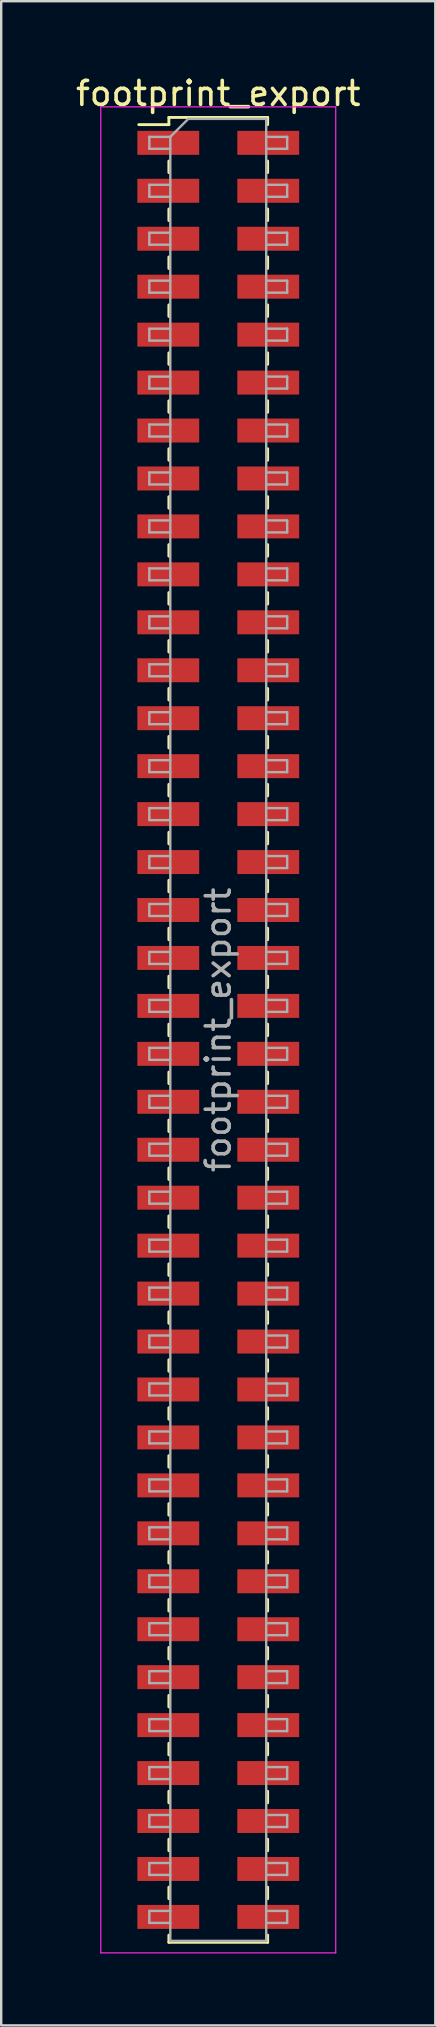
<source format=kicad_pcb>
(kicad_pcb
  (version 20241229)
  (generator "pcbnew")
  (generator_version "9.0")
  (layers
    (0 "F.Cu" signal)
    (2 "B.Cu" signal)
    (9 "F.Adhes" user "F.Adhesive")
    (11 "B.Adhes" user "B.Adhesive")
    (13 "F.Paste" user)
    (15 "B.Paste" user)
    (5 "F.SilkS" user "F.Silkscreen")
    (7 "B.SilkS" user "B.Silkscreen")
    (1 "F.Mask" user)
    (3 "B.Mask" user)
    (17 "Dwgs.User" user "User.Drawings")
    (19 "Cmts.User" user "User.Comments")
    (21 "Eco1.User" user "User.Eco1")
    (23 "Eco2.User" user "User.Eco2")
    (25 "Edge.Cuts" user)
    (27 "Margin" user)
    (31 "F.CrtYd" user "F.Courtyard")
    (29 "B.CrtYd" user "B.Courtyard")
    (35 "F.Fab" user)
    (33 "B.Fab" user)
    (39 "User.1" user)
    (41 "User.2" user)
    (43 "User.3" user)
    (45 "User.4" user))
  (footprint "footprint_export"
    (layer "F.Cu")
    (at 6.054 39.908)
    (property "Reference" "footprint_export" (at 0 -39.06 0) (layer "F.SilkS") (effects (font (size 1 1) (thickness 0.15))))
    (attr smd)
    (fp_line (start -3.315 -37.76) (end -2.06 -37.76) (stroke (width 0.12) (type solid)) (layer "F.SilkS"))
    (fp_line (start -2.06 -38.06) (end -2.06 -37.76) (stroke (width 0.12) (type solid)) (layer "F.SilkS"))
    (fp_line (start -2.06 -38.06) (end 2.06 -38.06) (stroke (width 0.12) (type solid)) (layer "F.SilkS"))
    (fp_line (start -2.06 -36.24) (end -2.06 -35.76) (stroke (width 0.12) (type solid)) (layer "F.SilkS"))
    (fp_line (start -2.06 -34.24) (end -2.06 -33.76) (stroke (width 0.12) (type solid)) (layer "F.SilkS"))
    (fp_line (start -2.06 -32.24) (end -2.06 -31.76) (stroke (width 0.12) (type solid)) (layer "F.SilkS"))
    (fp_line (start -2.06 -30.24) (end -2.06 -29.76) (stroke (width 0.12) (type solid)) (layer "F.SilkS"))
    (fp_line (start -2.06 -28.24) (end -2.06 -27.76) (stroke (width 0.12) (type solid)) (layer "F.SilkS"))
    (fp_line (start -2.06 -26.24) (end -2.06 -25.76) (stroke (width 0.12) (type solid)) (layer "F.SilkS"))
    (fp_line (start -2.06 -24.24) (end -2.06 -23.76) (stroke (width 0.12) (type solid)) (layer "F.SilkS"))
    (fp_line (start -2.06 -22.24) (end -2.06 -21.76) (stroke (width 0.12) (type solid)) (layer "F.SilkS"))
    (fp_line (start -2.06 -20.24) (end -2.06 -19.76) (stroke (width 0.12) (type solid)) (layer "F.SilkS"))
    (fp_line (start -2.06 -18.24) (end -2.06 -17.76) (stroke (width 0.12) (type solid)) (layer "F.SilkS"))
    (fp_line (start -2.06 -16.24) (end -2.06 -15.76) (stroke (width 0.12) (type solid)) (layer "F.SilkS"))
    (fp_line (start -2.06 -14.24) (end -2.06 -13.76) (stroke (width 0.12) (type solid)) (layer "F.SilkS"))
    (fp_line (start -2.06 -12.24) (end -2.06 -11.76) (stroke (width 0.12) (type solid)) (layer "F.SilkS"))
    (fp_line (start -2.06 -10.24) (end -2.06 -9.76) (stroke (width 0.12) (type solid)) (layer "F.SilkS"))
    (fp_line (start -2.06 -8.24) (end -2.06 -7.76) (stroke (width 0.12) (type solid)) (layer "F.SilkS"))
    (fp_line (start -2.06 -6.24) (end -2.06 -5.76) (stroke (width 0.12) (type solid)) (layer "F.SilkS"))
    (fp_line (start -2.06 -4.24) (end -2.06 -3.76) (stroke (width 0.12) (type solid)) (layer "F.SilkS"))
    (fp_line (start -2.06 -2.24) (end -2.06 -1.76) (stroke (width 0.12) (type solid)) (layer "F.SilkS"))
    (fp_line (start -2.06 -0.24) (end -2.06 0.24) (stroke (width 0.12) (type solid)) (layer "F.SilkS"))
    (fp_line (start -2.06 1.76) (end -2.06 2.24) (stroke (width 0.12) (type solid)) (layer "F.SilkS"))
    (fp_line (start -2.06 3.76) (end -2.06 4.24) (stroke (width 0.12) (type solid)) (layer "F.SilkS"))
    (fp_line (start -2.06 5.76) (end -2.06 6.24) (stroke (width 0.12) (type solid)) (layer "F.SilkS"))
    (fp_line (start -2.06 7.76) (end -2.06 8.24) (stroke (width 0.12) (type solid)) (layer "F.SilkS"))
    (fp_line (start -2.06 9.76) (end -2.06 10.24) (stroke (width 0.12) (type solid)) (layer "F.SilkS"))
    (fp_line (start -2.06 11.76) (end -2.06 12.24) (stroke (width 0.12) (type solid)) (layer "F.SilkS"))
    (fp_line (start -2.06 13.76) (end -2.06 14.24) (stroke (width 0.12) (type solid)) (layer "F.SilkS"))
    (fp_line (start -2.06 15.76) (end -2.06 16.24) (stroke (width 0.12) (type solid)) (layer "F.SilkS"))
    (fp_line (start -2.06 17.76) (end -2.06 18.24) (stroke (width 0.12) (type solid)) (layer "F.SilkS"))
    (fp_line (start -2.06 19.76) (end -2.06 20.24) (stroke (width 0.12) (type solid)) (layer "F.SilkS"))
    (fp_line (start -2.06 21.76) (end -2.06 22.24) (stroke (width 0.12) (type solid)) (layer "F.SilkS"))
    (fp_line (start -2.06 23.76) (end -2.06 24.24) (stroke (width 0.12) (type solid)) (layer "F.SilkS"))
    (fp_line (start -2.06 25.76) (end -2.06 26.24) (stroke (width 0.12) (type solid)) (layer "F.SilkS"))
    (fp_line (start -2.06 27.76) (end -2.06 28.24) (stroke (width 0.12) (type solid)) (layer "F.SilkS"))
    (fp_line (start -2.06 29.76) (end -2.06 30.24) (stroke (width 0.12) (type solid)) (layer "F.SilkS"))
    (fp_line (start -2.06 31.76) (end -2.06 32.24) (stroke (width 0.12) (type solid)) (layer "F.SilkS"))
    (fp_line (start -2.06 33.76) (end -2.06 34.24) (stroke (width 0.12) (type solid)) (layer "F.SilkS"))
    (fp_line (start -2.06 35.76) (end -2.06 36.24) (stroke (width 0.12) (type solid)) (layer "F.SilkS"))
    (fp_line (start -2.06 37.76) (end -2.06 38.06) (stroke (width 0.12) (type solid)) (layer "F.SilkS"))
    (fp_line (start -2.06 38.06) (end 2.06 38.06) (stroke (width 0.12) (type solid)) (layer "F.SilkS"))
    (fp_line (start 2.06 -38.06) (end 2.06 -37.76) (stroke (width 0.12) (type solid)) (layer "F.SilkS"))
    (fp_line (start 2.06 -36.24) (end 2.06 -35.76) (stroke (width 0.12) (type solid)) (layer "F.SilkS"))
    (fp_line (start 2.06 -34.24) (end 2.06 -33.76) (stroke (width 0.12) (type solid)) (layer "F.SilkS"))
    (fp_line (start 2.06 -32.24) (end 2.06 -31.76) (stroke (width 0.12) (type solid)) (layer "F.SilkS"))
    (fp_line (start 2.06 -30.24) (end 2.06 -29.76) (stroke (width 0.12) (type solid)) (layer "F.SilkS"))
    (fp_line (start 2.06 -28.24) (end 2.06 -27.76) (stroke (width 0.12) (type solid)) (layer "F.SilkS"))
    (fp_line (start 2.06 -26.24) (end 2.06 -25.76) (stroke (width 0.12) (type solid)) (layer "F.SilkS"))
    (fp_line (start 2.06 -24.24) (end 2.06 -23.76) (stroke (width 0.12) (type solid)) (layer "F.SilkS"))
    (fp_line (start 2.06 -22.24) (end 2.06 -21.76) (stroke (width 0.12) (type solid)) (layer "F.SilkS"))
    (fp_line (start 2.06 -20.24) (end 2.06 -19.76) (stroke (width 0.12) (type solid)) (layer "F.SilkS"))
    (fp_line (start 2.06 -18.24) (end 2.06 -17.76) (stroke (width 0.12) (type solid)) (layer "F.SilkS"))
    (fp_line (start 2.06 -16.24) (end 2.06 -15.76) (stroke (width 0.12) (type solid)) (layer "F.SilkS"))
    (fp_line (start 2.06 -14.24) (end 2.06 -13.76) (stroke (width 0.12) (type solid)) (layer "F.SilkS"))
    (fp_line (start 2.06 -12.24) (end 2.06 -11.76) (stroke (width 0.12) (type solid)) (layer "F.SilkS"))
    (fp_line (start 2.06 -10.24) (end 2.06 -9.76) (stroke (width 0.12) (type solid)) (layer "F.SilkS"))
    (fp_line (start 2.06 -8.24) (end 2.06 -7.76) (stroke (width 0.12) (type solid)) (layer "F.SilkS"))
    (fp_line (start 2.06 -6.24) (end 2.06 -5.76) (stroke (width 0.12) (type solid)) (layer "F.SilkS"))
    (fp_line (start 2.06 -4.24) (end 2.06 -3.76) (stroke (width 0.12) (type solid)) (layer "F.SilkS"))
    (fp_line (start 2.06 -2.24) (end 2.06 -1.76) (stroke (width 0.12) (type solid)) (layer "F.SilkS"))
    (fp_line (start 2.06 -0.24) (end 2.06 0.24) (stroke (width 0.12) (type solid)) (layer "F.SilkS"))
    (fp_line (start 2.06 1.76) (end 2.06 2.24) (stroke (width 0.12) (type solid)) (layer "F.SilkS"))
    (fp_line (start 2.06 3.76) (end 2.06 4.24) (stroke (width 0.12) (type solid)) (layer "F.SilkS"))
    (fp_line (start 2.06 5.76) (end 2.06 6.24) (stroke (width 0.12) (type solid)) (layer "F.SilkS"))
    (fp_line (start 2.06 7.76) (end 2.06 8.24) (stroke (width 0.12) (type solid)) (layer "F.SilkS"))
    (fp_line (start 2.06 9.76) (end 2.06 10.24) (stroke (width 0.12) (type solid)) (layer "F.SilkS"))
    (fp_line (start 2.06 11.76) (end 2.06 12.24) (stroke (width 0.12) (type solid)) (layer "F.SilkS"))
    (fp_line (start 2.06 13.76) (end 2.06 14.24) (stroke (width 0.12) (type solid)) (layer "F.SilkS"))
    (fp_line (start 2.06 15.76) (end 2.06 16.24) (stroke (width 0.12) (type solid)) (layer "F.SilkS"))
    (fp_line (start 2.06 17.76) (end 2.06 18.24) (stroke (width 0.12) (type solid)) (layer "F.SilkS"))
    (fp_line (start 2.06 19.76) (end 2.06 20.24) (stroke (width 0.12) (type solid)) (layer "F.SilkS"))
    (fp_line (start 2.06 21.76) (end 2.06 22.24) (stroke (width 0.12) (type solid)) (layer "F.SilkS"))
    (fp_line (start 2.06 23.76) (end 2.06 24.24) (stroke (width 0.12) (type solid)) (layer "F.SilkS"))
    (fp_line (start 2.06 25.76) (end 2.06 26.24) (stroke (width 0.12) (type solid)) (layer "F.SilkS"))
    (fp_line (start 2.06 27.76) (end 2.06 28.24) (stroke (width 0.12) (type solid)) (layer "F.SilkS"))
    (fp_line (start 2.06 29.76) (end 2.06 30.24) (stroke (width 0.12) (type solid)) (layer "F.SilkS"))
    (fp_line (start 2.06 31.76) (end 2.06 32.24) (stroke (width 0.12) (type solid)) (layer "F.SilkS"))
    (fp_line (start 2.06 33.76) (end 2.06 34.24) (stroke (width 0.12) (type solid)) (layer "F.SilkS"))
    (fp_line (start 2.06 35.76) (end 2.06 36.24) (stroke (width 0.12) (type solid)) (layer "F.SilkS"))
    (fp_line (start 2.06 37.76) (end 2.06 38.06) (stroke (width 0.12) (type solid)) (layer "F.SilkS"))
    (fp_line (start -4.9 -38.5) (end -4.9 38.5) (stroke (width 0.05) (type solid)) (layer "F.CrtYd"))
    (fp_line (start -4.9 38.5) (end 4.9 38.5) (stroke (width 0.05) (type solid)) (layer "F.CrtYd"))
    (fp_line (start 4.9 -38.5) (end -4.9 -38.5) (stroke (width 0.05) (type solid)) (layer "F.CrtYd"))
    (fp_line (start 4.9 38.5) (end 4.9 -38.5) (stroke (width 0.05) (type solid)) (layer "F.CrtYd"))
    (fp_line (start -2.875 -37.25) (end -2.875 -36.75) (stroke (width 0.1) (type solid)) (layer "F.Fab"))
    (fp_line (start -2.875 -36.75) (end -2 -36.75) (stroke (width 0.1) (type solid)) (layer "F.Fab"))
    (fp_line (start -2.875 -35.25) (end -2.875 -34.75) (stroke (width 0.1) (type solid)) (layer "F.Fab"))
    (fp_line (start -2.875 -34.75) (end -2 -34.75) (stroke (width 0.1) (type solid)) (layer "F.Fab"))
    (fp_line (start -2.875 -33.25) (end -2.875 -32.75) (stroke (width 0.1) (type solid)) (layer "F.Fab"))
    (fp_line (start -2.875 -32.75) (end -2 -32.75) (stroke (width 0.1) (type solid)) (layer "F.Fab"))
    (fp_line (start -2.875 -31.25) (end -2.875 -30.75) (stroke (width 0.1) (type solid)) (layer "F.Fab"))
    (fp_line (start -2.875 -30.75) (end -2 -30.75) (stroke (width 0.1) (type solid)) (layer "F.Fab"))
    (fp_line (start -2.875 -29.25) (end -2.875 -28.75) (stroke (width 0.1) (type solid)) (layer "F.Fab"))
    (fp_line (start -2.875 -28.75) (end -2 -28.75) (stroke (width 0.1) (type solid)) (layer "F.Fab"))
    (fp_line (start -2.875 -27.25) (end -2.875 -26.75) (stroke (width 0.1) (type solid)) (layer "F.Fab"))
    (fp_line (start -2.875 -26.75) (end -2 -26.75) (stroke (width 0.1) (type solid)) (layer "F.Fab"))
    (fp_line (start -2.875 -25.25) (end -2.875 -24.75) (stroke (width 0.1) (type solid)) (layer "F.Fab"))
    (fp_line (start -2.875 -24.75) (end -2 -24.75) (stroke (width 0.1) (type solid)) (layer "F.Fab"))
    (fp_line (start -2.875 -23.25) (end -2.875 -22.75) (stroke (width 0.1) (type solid)) (layer "F.Fab"))
    (fp_line (start -2.875 -22.75) (end -2 -22.75) (stroke (width 0.1) (type solid)) (layer "F.Fab"))
    (fp_line (start -2.875 -21.25) (end -2.875 -20.75) (stroke (width 0.1) (type solid)) (layer "F.Fab"))
    (fp_line (start -2.875 -20.75) (end -2 -20.75) (stroke (width 0.1) (type solid)) (layer "F.Fab"))
    (fp_line (start -2.875 -19.25) (end -2.875 -18.75) (stroke (width 0.1) (type solid)) (layer "F.Fab"))
    (fp_line (start -2.875 -18.75) (end -2 -18.75) (stroke (width 0.1) (type solid)) (layer "F.Fab"))
    (fp_line (start -2.875 -17.25) (end -2.875 -16.75) (stroke (width 0.1) (type solid)) (layer "F.Fab"))
    (fp_line (start -2.875 -16.75) (end -2 -16.75) (stroke (width 0.1) (type solid)) (layer "F.Fab"))
    (fp_line (start -2.875 -15.25) (end -2.875 -14.75) (stroke (width 0.1) (type solid)) (layer "F.Fab"))
    (fp_line (start -2.875 -14.75) (end -2 -14.75) (stroke (width 0.1) (type solid)) (layer "F.Fab"))
    (fp_line (start -2.875 -13.25) (end -2.875 -12.75) (stroke (width 0.1) (type solid)) (layer "F.Fab"))
    (fp_line (start -2.875 -12.75) (end -2 -12.75) (stroke (width 0.1) (type solid)) (layer "F.Fab"))
    (fp_line (start -2.875 -11.25) (end -2.875 -10.75) (stroke (width 0.1) (type solid)) (layer "F.Fab"))
    (fp_line (start -2.875 -10.75) (end -2 -10.75) (stroke (width 0.1) (type solid)) (layer "F.Fab"))
    (fp_line (start -2.875 -9.25) (end -2.875 -8.75) (stroke (width 0.1) (type solid)) (layer "F.Fab"))
    (fp_line (start -2.875 -8.75) (end -2 -8.75) (stroke (width 0.1) (type solid)) (layer "F.Fab"))
    (fp_line (start -2.875 -7.25) (end -2.875 -6.75) (stroke (width 0.1) (type solid)) (layer "F.Fab"))
    (fp_line (start -2.875 -6.75) (end -2 -6.75) (stroke (width 0.1) (type solid)) (layer "F.Fab"))
    (fp_line (start -2.875 -5.25) (end -2.875 -4.75) (stroke (width 0.1) (type solid)) (layer "F.Fab"))
    (fp_line (start -2.875 -4.75) (end -2 -4.75) (stroke (width 0.1) (type solid)) (layer "F.Fab"))
    (fp_line (start -2.875 -3.25) (end -2.875 -2.75) (stroke (width 0.1) (type solid)) (layer "F.Fab"))
    (fp_line (start -2.875 -2.75) (end -2 -2.75) (stroke (width 0.1) (type solid)) (layer "F.Fab"))
    (fp_line (start -2.875 -1.25) (end -2.875 -0.75) (stroke (width 0.1) (type solid)) (layer "F.Fab"))
    (fp_line (start -2.875 -0.75) (end -2 -0.75) (stroke (width 0.1) (type solid)) (layer "F.Fab"))
    (fp_line (start -2.875 0.75) (end -2.875 1.25) (stroke (width 0.1) (type solid)) (layer "F.Fab"))
    (fp_line (start -2.875 1.25) (end -2 1.25) (stroke (width 0.1) (type solid)) (layer "F.Fab"))
    (fp_line (start -2.875 2.75) (end -2.875 3.25) (stroke (width 0.1) (type solid)) (layer "F.Fab"))
    (fp_line (start -2.875 3.25) (end -2 3.25) (stroke (width 0.1) (type solid)) (layer "F.Fab"))
    (fp_line (start -2.875 4.75) (end -2.875 5.25) (stroke (width 0.1) (type solid)) (layer "F.Fab"))
    (fp_line (start -2.875 5.25) (end -2 5.25) (stroke (width 0.1) (type solid)) (layer "F.Fab"))
    (fp_line (start -2.875 6.75) (end -2.875 7.25) (stroke (width 0.1) (type solid)) (layer "F.Fab"))
    (fp_line (start -2.875 7.25) (end -2 7.25) (stroke (width 0.1) (type solid)) (layer "F.Fab"))
    (fp_line (start -2.875 8.75) (end -2.875 9.25) (stroke (width 0.1) (type solid)) (layer "F.Fab"))
    (fp_line (start -2.875 9.25) (end -2 9.25) (stroke (width 0.1) (type solid)) (layer "F.Fab"))
    (fp_line (start -2.875 10.75) (end -2.875 11.25) (stroke (width 0.1) (type solid)) (layer "F.Fab"))
    (fp_line (start -2.875 11.25) (end -2 11.25) (stroke (width 0.1) (type solid)) (layer "F.Fab"))
    (fp_line (start -2.875 12.75) (end -2.875 13.25) (stroke (width 0.1) (type solid)) (layer "F.Fab"))
    (fp_line (start -2.875 13.25) (end -2 13.25) (stroke (width 0.1) (type solid)) (layer "F.Fab"))
    (fp_line (start -2.875 14.75) (end -2.875 15.25) (stroke (width 0.1) (type solid)) (layer "F.Fab"))
    (fp_line (start -2.875 15.25) (end -2 15.25) (stroke (width 0.1) (type solid)) (layer "F.Fab"))
    (fp_line (start -2.875 16.75) (end -2.875 17.25) (stroke (width 0.1) (type solid)) (layer "F.Fab"))
    (fp_line (start -2.875 17.25) (end -2 17.25) (stroke (width 0.1) (type solid)) (layer "F.Fab"))
    (fp_line (start -2.875 18.75) (end -2.875 19.25) (stroke (width 0.1) (type solid)) (layer "F.Fab"))
    (fp_line (start -2.875 19.25) (end -2 19.25) (stroke (width 0.1) (type solid)) (layer "F.Fab"))
    (fp_line (start -2.875 20.75) (end -2.875 21.25) (stroke (width 0.1) (type solid)) (layer "F.Fab"))
    (fp_line (start -2.875 21.25) (end -2 21.25) (stroke (width 0.1) (type solid)) (layer "F.Fab"))
    (fp_line (start -2.875 22.75) (end -2.875 23.25) (stroke (width 0.1) (type solid)) (layer "F.Fab"))
    (fp_line (start -2.875 23.25) (end -2 23.25) (stroke (width 0.1) (type solid)) (layer "F.Fab"))
    (fp_line (start -2.875 24.75) (end -2.875 25.25) (stroke (width 0.1) (type solid)) (layer "F.Fab"))
    (fp_line (start -2.875 25.25) (end -2 25.25) (stroke (width 0.1) (type solid)) (layer "F.Fab"))
    (fp_line (start -2.875 26.75) (end -2.875 27.25) (stroke (width 0.1) (type solid)) (layer "F.Fab"))
    (fp_line (start -2.875 27.25) (end -2 27.25) (stroke (width 0.1) (type solid)) (layer "F.Fab"))
    (fp_line (start -2.875 28.75) (end -2.875 29.25) (stroke (width 0.1) (type solid)) (layer "F.Fab"))
    (fp_line (start -2.875 29.25) (end -2 29.25) (stroke (width 0.1) (type solid)) (layer "F.Fab"))
    (fp_line (start -2.875 30.75) (end -2.875 31.25) (stroke (width 0.1) (type solid)) (layer "F.Fab"))
    (fp_line (start -2.875 31.25) (end -2 31.25) (stroke (width 0.1) (type solid)) (layer "F.Fab"))
    (fp_line (start -2.875 32.75) (end -2.875 33.25) (stroke (width 0.1) (type solid)) (layer "F.Fab"))
    (fp_line (start -2.875 33.25) (end -2 33.25) (stroke (width 0.1) (type solid)) (layer "F.Fab"))
    (fp_line (start -2.875 34.75) (end -2.875 35.25) (stroke (width 0.1) (type solid)) (layer "F.Fab"))
    (fp_line (start -2.875 35.25) (end -2 35.25) (stroke (width 0.1) (type solid)) (layer "F.Fab"))
    (fp_line (start -2.875 36.75) (end -2.875 37.25) (stroke (width 0.1) (type solid)) (layer "F.Fab"))
    (fp_line (start -2.875 37.25) (end -2 37.25) (stroke (width 0.1) (type solid)) (layer "F.Fab"))
    (fp_line (start -2 -37.25) (end -2.875 -37.25) (stroke (width 0.1) (type solid)) (layer "F.Fab"))
    (fp_line (start -2 -37.25) (end -1.25 -38) (stroke (width 0.1) (type solid)) (layer "F.Fab"))
    (fp_line (start -2 -35.25) (end -2.875 -35.25) (stroke (width 0.1) (type solid)) (layer "F.Fab"))
    (fp_line (start -2 -33.25) (end -2.875 -33.25) (stroke (width 0.1) (type solid)) (layer "F.Fab"))
    (fp_line (start -2 -31.25) (end -2.875 -31.25) (stroke (width 0.1) (type solid)) (layer "F.Fab"))
    (fp_line (start -2 -29.25) (end -2.875 -29.25) (stroke (width 0.1) (type solid)) (layer "F.Fab"))
    (fp_line (start -2 -27.25) (end -2.875 -27.25) (stroke (width 0.1) (type solid)) (layer "F.Fab"))
    (fp_line (start -2 -25.25) (end -2.875 -25.25) (stroke (width 0.1) (type solid)) (layer "F.Fab"))
    (fp_line (start -2 -23.25) (end -2.875 -23.25) (stroke (width 0.1) (type solid)) (layer "F.Fab"))
    (fp_line (start -2 -21.25) (end -2.875 -21.25) (stroke (width 0.1) (type solid)) (layer "F.Fab"))
    (fp_line (start -2 -19.25) (end -2.875 -19.25) (stroke (width 0.1) (type solid)) (layer "F.Fab"))
    (fp_line (start -2 -17.25) (end -2.875 -17.25) (stroke (width 0.1) (type solid)) (layer "F.Fab"))
    (fp_line (start -2 -15.25) (end -2.875 -15.25) (stroke (width 0.1) (type solid)) (layer "F.Fab"))
    (fp_line (start -2 -13.25) (end -2.875 -13.25) (stroke (width 0.1) (type solid)) (layer "F.Fab"))
    (fp_line (start -2 -11.25) (end -2.875 -11.25) (stroke (width 0.1) (type solid)) (layer "F.Fab"))
    (fp_line (start -2 -9.25) (end -2.875 -9.25) (stroke (width 0.1) (type solid)) (layer "F.Fab"))
    (fp_line (start -2 -7.25) (end -2.875 -7.25) (stroke (width 0.1) (type solid)) (layer "F.Fab"))
    (fp_line (start -2 -5.25) (end -2.875 -5.25) (stroke (width 0.1) (type solid)) (layer "F.Fab"))
    (fp_line (start -2 -3.25) (end -2.875 -3.25) (stroke (width 0.1) (type solid)) (layer "F.Fab"))
    (fp_line (start -2 -1.25) (end -2.875 -1.25) (stroke (width 0.1) (type solid)) (layer "F.Fab"))
    (fp_line (start -2 0.75) (end -2.875 0.75) (stroke (width 0.1) (type solid)) (layer "F.Fab"))
    (fp_line (start -2 2.75) (end -2.875 2.75) (stroke (width 0.1) (type solid)) (layer "F.Fab"))
    (fp_line (start -2 4.75) (end -2.875 4.75) (stroke (width 0.1) (type solid)) (layer "F.Fab"))
    (fp_line (start -2 6.75) (end -2.875 6.75) (stroke (width 0.1) (type solid)) (layer "F.Fab"))
    (fp_line (start -2 8.75) (end -2.875 8.75) (stroke (width 0.1) (type solid)) (layer "F.Fab"))
    (fp_line (start -2 10.75) (end -2.875 10.75) (stroke (width 0.1) (type solid)) (layer "F.Fab"))
    (fp_line (start -2 12.75) (end -2.875 12.75) (stroke (width 0.1) (type solid)) (layer "F.Fab"))
    (fp_line (start -2 14.75) (end -2.875 14.75) (stroke (width 0.1) (type solid)) (layer "F.Fab"))
    (fp_line (start -2 16.75) (end -2.875 16.75) (stroke (width 0.1) (type solid)) (layer "F.Fab"))
    (fp_line (start -2 18.75) (end -2.875 18.75) (stroke (width 0.1) (type solid)) (layer "F.Fab"))
    (fp_line (start -2 20.75) (end -2.875 20.75) (stroke (width 0.1) (type solid)) (layer "F.Fab"))
    (fp_line (start -2 22.75) (end -2.875 22.75) (stroke (width 0.1) (type solid)) (layer "F.Fab"))
    (fp_line (start -2 24.75) (end -2.875 24.75) (stroke (width 0.1) (type solid)) (layer "F.Fab"))
    (fp_line (start -2 26.75) (end -2.875 26.75) (stroke (width 0.1) (type solid)) (layer "F.Fab"))
    (fp_line (start -2 28.75) (end -2.875 28.75) (stroke (width 0.1) (type solid)) (layer "F.Fab"))
    (fp_line (start -2 30.75) (end -2.875 30.75) (stroke (width 0.1) (type solid)) (layer "F.Fab"))
    (fp_line (start -2 32.75) (end -2.875 32.75) (stroke (width 0.1) (type solid)) (layer "F.Fab"))
    (fp_line (start -2 34.75) (end -2.875 34.75) (stroke (width 0.1) (type solid)) (layer "F.Fab"))
    (fp_line (start -2 36.75) (end -2.875 36.75) (stroke (width 0.1) (type solid)) (layer "F.Fab"))
    (fp_line (start -2 38) (end -2 -37.25) (stroke (width 0.1) (type solid)) (layer "F.Fab"))
    (fp_line (start -1.25 -38) (end 2 -38) (stroke (width 0.1) (type solid)) (layer "F.Fab"))
    (fp_line (start 2 -38) (end 2 38) (stroke (width 0.1) (type solid)) (layer "F.Fab"))
    (fp_line (start 2 -37.25) (end 2.875 -37.25) (stroke (width 0.1) (type solid)) (layer "F.Fab"))
    (fp_line (start 2 -35.25) (end 2.875 -35.25) (stroke (width 0.1) (type solid)) (layer "F.Fab"))
    (fp_line (start 2 -33.25) (end 2.875 -33.25) (stroke (width 0.1) (type solid)) (layer "F.Fab"))
    (fp_line (start 2 -31.25) (end 2.875 -31.25) (stroke (width 0.1) (type solid)) (layer "F.Fab"))
    (fp_line (start 2 -29.25) (end 2.875 -29.25) (stroke (width 0.1) (type solid)) (layer "F.Fab"))
    (fp_line (start 2 -27.25) (end 2.875 -27.25) (stroke (width 0.1) (type solid)) (layer "F.Fab"))
    (fp_line (start 2 -25.25) (end 2.875 -25.25) (stroke (width 0.1) (type solid)) (layer "F.Fab"))
    (fp_line (start 2 -23.25) (end 2.875 -23.25) (stroke (width 0.1) (type solid)) (layer "F.Fab"))
    (fp_line (start 2 -21.25) (end 2.875 -21.25) (stroke (width 0.1) (type solid)) (layer "F.Fab"))
    (fp_line (start 2 -19.25) (end 2.875 -19.25) (stroke (width 0.1) (type solid)) (layer "F.Fab"))
    (fp_line (start 2 -17.25) (end 2.875 -17.25) (stroke (width 0.1) (type solid)) (layer "F.Fab"))
    (fp_line (start 2 -15.25) (end 2.875 -15.25) (stroke (width 0.1) (type solid)) (layer "F.Fab"))
    (fp_line (start 2 -13.25) (end 2.875 -13.25) (stroke (width 0.1) (type solid)) (layer "F.Fab"))
    (fp_line (start 2 -11.25) (end 2.875 -11.25) (stroke (width 0.1) (type solid)) (layer "F.Fab"))
    (fp_line (start 2 -9.25) (end 2.875 -9.25) (stroke (width 0.1) (type solid)) (layer "F.Fab"))
    (fp_line (start 2 -7.25) (end 2.875 -7.25) (stroke (width 0.1) (type solid)) (layer "F.Fab"))
    (fp_line (start 2 -5.25) (end 2.875 -5.25) (stroke (width 0.1) (type solid)) (layer "F.Fab"))
    (fp_line (start 2 -3.25) (end 2.875 -3.25) (stroke (width 0.1) (type solid)) (layer "F.Fab"))
    (fp_line (start 2 -1.25) (end 2.875 -1.25) (stroke (width 0.1) (type solid)) (layer "F.Fab"))
    (fp_line (start 2 0.75) (end 2.875 0.75) (stroke (width 0.1) (type solid)) (layer "F.Fab"))
    (fp_line (start 2 2.75) (end 2.875 2.75) (stroke (width 0.1) (type solid)) (layer "F.Fab"))
    (fp_line (start 2 4.75) (end 2.875 4.75) (stroke (width 0.1) (type solid)) (layer "F.Fab"))
    (fp_line (start 2 6.75) (end 2.875 6.75) (stroke (width 0.1) (type solid)) (layer "F.Fab"))
    (fp_line (start 2 8.75) (end 2.875 8.75) (stroke (width 0.1) (type solid)) (layer "F.Fab"))
    (fp_line (start 2 10.75) (end 2.875 10.75) (stroke (width 0.1) (type solid)) (layer "F.Fab"))
    (fp_line (start 2 12.75) (end 2.875 12.75) (stroke (width 0.1) (type solid)) (layer "F.Fab"))
    (fp_line (start 2 14.75) (end 2.875 14.75) (stroke (width 0.1) (type solid)) (layer "F.Fab"))
    (fp_line (start 2 16.75) (end 2.875 16.75) (stroke (width 0.1) (type solid)) (layer "F.Fab"))
    (fp_line (start 2 18.75) (end 2.875 18.75) (stroke (width 0.1) (type solid)) (layer "F.Fab"))
    (fp_line (start 2 20.75) (end 2.875 20.75) (stroke (width 0.1) (type solid)) (layer "F.Fab"))
    (fp_line (start 2 22.75) (end 2.875 22.75) (stroke (width 0.1) (type solid)) (layer "F.Fab"))
    (fp_line (start 2 24.75) (end 2.875 24.75) (stroke (width 0.1) (type solid)) (layer "F.Fab"))
    (fp_line (start 2 26.75) (end 2.875 26.75) (stroke (width 0.1) (type solid)) (layer "F.Fab"))
    (fp_line (start 2 28.75) (end 2.875 28.75) (stroke (width 0.1) (type solid)) (layer "F.Fab"))
    (fp_line (start 2 30.75) (end 2.875 30.75) (stroke (width 0.1) (type solid)) (layer "F.Fab"))
    (fp_line (start 2 32.75) (end 2.875 32.75) (stroke (width 0.1) (type solid)) (layer "F.Fab"))
    (fp_line (start 2 34.75) (end 2.875 34.75) (stroke (width 0.1) (type solid)) (layer "F.Fab"))
    (fp_line (start 2 36.75) (end 2.875 36.75) (stroke (width 0.1) (type solid)) (layer "F.Fab"))
    (fp_line (start 2 38) (end -2 38) (stroke (width 0.1) (type solid)) (layer "F.Fab"))
    (fp_line (start 2.875 -37.25) (end 2.875 -36.75) (stroke (width 0.1) (type solid)) (layer "F.Fab"))
    (fp_line (start 2.875 -36.75) (end 2 -36.75) (stroke (width 0.1) (type solid)) (layer "F.Fab"))
    (fp_line (start 2.875 -35.25) (end 2.875 -34.75) (stroke (width 0.1) (type solid)) (layer "F.Fab"))
    (fp_line (start 2.875 -34.75) (end 2 -34.75) (stroke (width 0.1) (type solid)) (layer "F.Fab"))
    (fp_line (start 2.875 -33.25) (end 2.875 -32.75) (stroke (width 0.1) (type solid)) (layer "F.Fab"))
    (fp_line (start 2.875 -32.75) (end 2 -32.75) (stroke (width 0.1) (type solid)) (layer "F.Fab"))
    (fp_line (start 2.875 -31.25) (end 2.875 -30.75) (stroke (width 0.1) (type solid)) (layer "F.Fab"))
    (fp_line (start 2.875 -30.75) (end 2 -30.75) (stroke (width 0.1) (type solid)) (layer "F.Fab"))
    (fp_line (start 2.875 -29.25) (end 2.875 -28.75) (stroke (width 0.1) (type solid)) (layer "F.Fab"))
    (fp_line (start 2.875 -28.75) (end 2 -28.75) (stroke (width 0.1) (type solid)) (layer "F.Fab"))
    (fp_line (start 2.875 -27.25) (end 2.875 -26.75) (stroke (width 0.1) (type solid)) (layer "F.Fab"))
    (fp_line (start 2.875 -26.75) (end 2 -26.75) (stroke (width 0.1) (type solid)) (layer "F.Fab"))
    (fp_line (start 2.875 -25.25) (end 2.875 -24.75) (stroke (width 0.1) (type solid)) (layer "F.Fab"))
    (fp_line (start 2.875 -24.75) (end 2 -24.75) (stroke (width 0.1) (type solid)) (layer "F.Fab"))
    (fp_line (start 2.875 -23.25) (end 2.875 -22.75) (stroke (width 0.1) (type solid)) (layer "F.Fab"))
    (fp_line (start 2.875 -22.75) (end 2 -22.75) (stroke (width 0.1) (type solid)) (layer "F.Fab"))
    (fp_line (start 2.875 -21.25) (end 2.875 -20.75) (stroke (width 0.1) (type solid)) (layer "F.Fab"))
    (fp_line (start 2.875 -20.75) (end 2 -20.75) (stroke (width 0.1) (type solid)) (layer "F.Fab"))
    (fp_line (start 2.875 -19.25) (end 2.875 -18.75) (stroke (width 0.1) (type solid)) (layer "F.Fab"))
    (fp_line (start 2.875 -18.75) (end 2 -18.75) (stroke (width 0.1) (type solid)) (layer "F.Fab"))
    (fp_line (start 2.875 -17.25) (end 2.875 -16.75) (stroke (width 0.1) (type solid)) (layer "F.Fab"))
    (fp_line (start 2.875 -16.75) (end 2 -16.75) (stroke (width 0.1) (type solid)) (layer "F.Fab"))
    (fp_line (start 2.875 -15.25) (end 2.875 -14.75) (stroke (width 0.1) (type solid)) (layer "F.Fab"))
    (fp_line (start 2.875 -14.75) (end 2 -14.75) (stroke (width 0.1) (type solid)) (layer "F.Fab"))
    (fp_line (start 2.875 -13.25) (end 2.875 -12.75) (stroke (width 0.1) (type solid)) (layer "F.Fab"))
    (fp_line (start 2.875 -12.75) (end 2 -12.75) (stroke (width 0.1) (type solid)) (layer "F.Fab"))
    (fp_line (start 2.875 -11.25) (end 2.875 -10.75) (stroke (width 0.1) (type solid)) (layer "F.Fab"))
    (fp_line (start 2.875 -10.75) (end 2 -10.75) (stroke (width 0.1) (type solid)) (layer "F.Fab"))
    (fp_line (start 2.875 -9.25) (end 2.875 -8.75) (stroke (width 0.1) (type solid)) (layer "F.Fab"))
    (fp_line (start 2.875 -8.75) (end 2 -8.75) (stroke (width 0.1) (type solid)) (layer "F.Fab"))
    (fp_line (start 2.875 -7.25) (end 2.875 -6.75) (stroke (width 0.1) (type solid)) (layer "F.Fab"))
    (fp_line (start 2.875 -6.75) (end 2 -6.75) (stroke (width 0.1) (type solid)) (layer "F.Fab"))
    (fp_line (start 2.875 -5.25) (end 2.875 -4.75) (stroke (width 0.1) (type solid)) (layer "F.Fab"))
    (fp_line (start 2.875 -4.75) (end 2 -4.75) (stroke (width 0.1) (type solid)) (layer "F.Fab"))
    (fp_line (start 2.875 -3.25) (end 2.875 -2.75) (stroke (width 0.1) (type solid)) (layer "F.Fab"))
    (fp_line (start 2.875 -2.75) (end 2 -2.75) (stroke (width 0.1) (type solid)) (layer "F.Fab"))
    (fp_line (start 2.875 -1.25) (end 2.875 -0.75) (stroke (width 0.1) (type solid)) (layer "F.Fab"))
    (fp_line (start 2.875 -0.75) (end 2 -0.75) (stroke (width 0.1) (type solid)) (layer "F.Fab"))
    (fp_line (start 2.875 0.75) (end 2.875 1.25) (stroke (width 0.1) (type solid)) (layer "F.Fab"))
    (fp_line (start 2.875 1.25) (end 2 1.25) (stroke (width 0.1) (type solid)) (layer "F.Fab"))
    (fp_line (start 2.875 2.75) (end 2.875 3.25) (stroke (width 0.1) (type solid)) (layer "F.Fab"))
    (fp_line (start 2.875 3.25) (end 2 3.25) (stroke (width 0.1) (type solid)) (layer "F.Fab"))
    (fp_line (start 2.875 4.75) (end 2.875 5.25) (stroke (width 0.1) (type solid)) (layer "F.Fab"))
    (fp_line (start 2.875 5.25) (end 2 5.25) (stroke (width 0.1) (type solid)) (layer "F.Fab"))
    (fp_line (start 2.875 6.75) (end 2.875 7.25) (stroke (width 0.1) (type solid)) (layer "F.Fab"))
    (fp_line (start 2.875 7.25) (end 2 7.25) (stroke (width 0.1) (type solid)) (layer "F.Fab"))
    (fp_line (start 2.875 8.75) (end 2.875 9.25) (stroke (width 0.1) (type solid)) (layer "F.Fab"))
    (fp_line (start 2.875 9.25) (end 2 9.25) (stroke (width 0.1) (type solid)) (layer "F.Fab"))
    (fp_line (start 2.875 10.75) (end 2.875 11.25) (stroke (width 0.1) (type solid)) (layer "F.Fab"))
    (fp_line (start 2.875 11.25) (end 2 11.25) (stroke (width 0.1) (type solid)) (layer "F.Fab"))
    (fp_line (start 2.875 12.75) (end 2.875 13.25) (stroke (width 0.1) (type solid)) (layer "F.Fab"))
    (fp_line (start 2.875 13.25) (end 2 13.25) (stroke (width 0.1) (type solid)) (layer "F.Fab"))
    (fp_line (start 2.875 14.75) (end 2.875 15.25) (stroke (width 0.1) (type solid)) (layer "F.Fab"))
    (fp_line (start 2.875 15.25) (end 2 15.25) (stroke (width 0.1) (type solid)) (layer "F.Fab"))
    (fp_line (start 2.875 16.75) (end 2.875 17.25) (stroke (width 0.1) (type solid)) (layer "F.Fab"))
    (fp_line (start 2.875 17.25) (end 2 17.25) (stroke (width 0.1) (type solid)) (layer "F.Fab"))
    (fp_line (start 2.875 18.75) (end 2.875 19.25) (stroke (width 0.1) (type solid)) (layer "F.Fab"))
    (fp_line (start 2.875 19.25) (end 2 19.25) (stroke (width 0.1) (type solid)) (layer "F.Fab"))
    (fp_line (start 2.875 20.75) (end 2.875 21.25) (stroke (width 0.1) (type solid)) (layer "F.Fab"))
    (fp_line (start 2.875 21.25) (end 2 21.25) (stroke (width 0.1) (type solid)) (layer "F.Fab"))
    (fp_line (start 2.875 22.75) (end 2.875 23.25) (stroke (width 0.1) (type solid)) (layer "F.Fab"))
    (fp_line (start 2.875 23.25) (end 2 23.25) (stroke (width 0.1) (type solid)) (layer "F.Fab"))
    (fp_line (start 2.875 24.75) (end 2.875 25.25) (stroke (width 0.1) (type solid)) (layer "F.Fab"))
    (fp_line (start 2.875 25.25) (end 2 25.25) (stroke (width 0.1) (type solid)) (layer "F.Fab"))
    (fp_line (start 2.875 26.75) (end 2.875 27.25) (stroke (width 0.1) (type solid)) (layer "F.Fab"))
    (fp_line (start 2.875 27.25) (end 2 27.25) (stroke (width 0.1) (type solid)) (layer "F.Fab"))
    (fp_line (start 2.875 28.75) (end 2.875 29.25) (stroke (width 0.1) (type solid)) (layer "F.Fab"))
    (fp_line (start 2.875 29.25) (end 2 29.25) (stroke (width 0.1) (type solid)) (layer "F.Fab"))
    (fp_line (start 2.875 30.75) (end 2.875 31.25) (stroke (width 0.1) (type solid)) (layer "F.Fab"))
    (fp_line (start 2.875 31.25) (end 2 31.25) (stroke (width 0.1) (type solid)) (layer "F.Fab"))
    (fp_line (start 2.875 32.75) (end 2.875 33.25) (stroke (width 0.1) (type solid)) (layer "F.Fab"))
    (fp_line (start 2.875 33.25) (end 2 33.25) (stroke (width 0.1) (type solid)) (layer "F.Fab"))
    (fp_line (start 2.875 34.75) (end 2.875 35.25) (stroke (width 0.1) (type solid)) (layer "F.Fab"))
    (fp_line (start 2.875 35.25) (end 2 35.25) (stroke (width 0.1) (type solid)) (layer "F.Fab"))
    (fp_line (start 2.875 36.75) (end 2.875 37.25) (stroke (width 0.1) (type solid)) (layer "F.Fab"))
    (fp_line (start 2.875 37.25) (end 2 37.25) (stroke (width 0.1) (type solid)) (layer "F.Fab"))
    (fp_text user "${REFERENCE}" (at 0 0 90) (layer "F.Fab") (effects (font (size 1 1) (thickness 0.15))))
    (pad "1" smd rect (at -2.085 -37) (size 2.58 1) (layers "F.Cu" "F.Mask" "F.Paste"))
    (pad "2" smd rect (at 2.085 -37) (size 2.58 1) (layers "F.Cu" "F.Mask" "F.Paste"))
    (pad "3" smd rect (at -2.085 -35) (size 2.58 1) (layers "F.Cu" "F.Mask" "F.Paste"))
    (pad "4" smd rect (at 2.085 -35) (size 2.58 1) (layers "F.Cu" "F.Mask" "F.Paste"))
    (pad "5" smd rect (at -2.085 -33) (size 2.58 1) (layers "F.Cu" "F.Mask" "F.Paste"))
    (pad "6" smd rect (at 2.085 -33) (size 2.58 1) (layers "F.Cu" "F.Mask" "F.Paste"))
    (pad "7" smd rect (at -2.085 -31) (size 2.58 1) (layers "F.Cu" "F.Mask" "F.Paste"))
    (pad "8" smd rect (at 2.085 -31) (size 2.58 1) (layers "F.Cu" "F.Mask" "F.Paste"))
    (pad "9" smd rect (at -2.085 -29) (size 2.58 1) (layers "F.Cu" "F.Mask" "F.Paste"))
    (pad "10" smd rect (at 2.085 -29) (size 2.58 1) (layers "F.Cu" "F.Mask" "F.Paste"))
    (pad "11" smd rect (at -2.085 -27) (size 2.58 1) (layers "F.Cu" "F.Mask" "F.Paste"))
    (pad "12" smd rect (at 2.085 -27) (size 2.58 1) (layers "F.Cu" "F.Mask" "F.Paste"))
    (pad "13" smd rect (at -2.085 -25) (size 2.58 1) (layers "F.Cu" "F.Mask" "F.Paste"))
    (pad "14" smd rect (at 2.085 -25) (size 2.58 1) (layers "F.Cu" "F.Mask" "F.Paste"))
    (pad "15" smd rect (at -2.085 -23) (size 2.58 1) (layers "F.Cu" "F.Mask" "F.Paste"))
    (pad "16" smd rect (at 2.085 -23) (size 2.58 1) (layers "F.Cu" "F.Mask" "F.Paste"))
    (pad "17" smd rect (at -2.085 -21) (size 2.58 1) (layers "F.Cu" "F.Mask" "F.Paste"))
    (pad "18" smd rect (at 2.085 -21) (size 2.58 1) (layers "F.Cu" "F.Mask" "F.Paste"))
    (pad "19" smd rect (at -2.085 -19) (size 2.58 1) (layers "F.Cu" "F.Mask" "F.Paste"))
    (pad "20" smd rect (at 2.085 -19) (size 2.58 1) (layers "F.Cu" "F.Mask" "F.Paste"))
    (pad "21" smd rect (at -2.085 -17) (size 2.58 1) (layers "F.Cu" "F.Mask" "F.Paste"))
    (pad "22" smd rect (at 2.085 -17) (size 2.58 1) (layers "F.Cu" "F.Mask" "F.Paste"))
    (pad "23" smd rect (at -2.085 -15) (size 2.58 1) (layers "F.Cu" "F.Mask" "F.Paste"))
    (pad "24" smd rect (at 2.085 -15) (size 2.58 1) (layers "F.Cu" "F.Mask" "F.Paste"))
    (pad "25" smd rect (at -2.085 -13) (size 2.58 1) (layers "F.Cu" "F.Mask" "F.Paste"))
    (pad "26" smd rect (at 2.085 -13) (size 2.58 1) (layers "F.Cu" "F.Mask" "F.Paste"))
    (pad "27" smd rect (at -2.085 -11) (size 2.58 1) (layers "F.Cu" "F.Mask" "F.Paste"))
    (pad "28" smd rect (at 2.085 -11) (size 2.58 1) (layers "F.Cu" "F.Mask" "F.Paste"))
    (pad "29" smd rect (at -2.085 -9) (size 2.58 1) (layers "F.Cu" "F.Mask" "F.Paste"))
    (pad "30" smd rect (at 2.085 -9) (size 2.58 1) (layers "F.Cu" "F.Mask" "F.Paste"))
    (pad "31" smd rect (at -2.085 -7) (size 2.58 1) (layers "F.Cu" "F.Mask" "F.Paste"))
    (pad "32" smd rect (at 2.085 -7) (size 2.58 1) (layers "F.Cu" "F.Mask" "F.Paste"))
    (pad "33" smd rect (at -2.085 -5) (size 2.58 1) (layers "F.Cu" "F.Mask" "F.Paste"))
    (pad "34" smd rect (at 2.085 -5) (size 2.58 1) (layers "F.Cu" "F.Mask" "F.Paste"))
    (pad "35" smd rect (at -2.085 -3) (size 2.58 1) (layers "F.Cu" "F.Mask" "F.Paste"))
    (pad "36" smd rect (at 2.085 -3) (size 2.58 1) (layers "F.Cu" "F.Mask" "F.Paste"))
    (pad "37" smd rect (at -2.085 -1) (size 2.58 1) (layers "F.Cu" "F.Mask" "F.Paste"))
    (pad "38" smd rect (at 2.085 -1) (size 2.58 1) (layers "F.Cu" "F.Mask" "F.Paste"))
    (pad "39" smd rect (at -2.085 1) (size 2.58 1) (layers "F.Cu" "F.Mask" "F.Paste"))
    (pad "40" smd rect (at 2.085 1) (size 2.58 1) (layers "F.Cu" "F.Mask" "F.Paste"))
    (pad "41" smd rect (at -2.085 3) (size 2.58 1) (layers "F.Cu" "F.Mask" "F.Paste"))
    (pad "42" smd rect (at 2.085 3) (size 2.58 1) (layers "F.Cu" "F.Mask" "F.Paste"))
    (pad "43" smd rect (at -2.085 5) (size 2.58 1) (layers "F.Cu" "F.Mask" "F.Paste"))
    (pad "44" smd rect (at 2.085 5) (size 2.58 1) (layers "F.Cu" "F.Mask" "F.Paste"))
    (pad "45" smd rect (at -2.085 7) (size 2.58 1) (layers "F.Cu" "F.Mask" "F.Paste"))
    (pad "46" smd rect (at 2.085 7) (size 2.58 1) (layers "F.Cu" "F.Mask" "F.Paste"))
    (pad "47" smd rect (at -2.085 9) (size 2.58 1) (layers "F.Cu" "F.Mask" "F.Paste"))
    (pad "48" smd rect (at 2.085 9) (size 2.58 1) (layers "F.Cu" "F.Mask" "F.Paste"))
    (pad "49" smd rect (at -2.085 11) (size 2.58 1) (layers "F.Cu" "F.Mask" "F.Paste"))
    (pad "50" smd rect (at 2.085 11) (size 2.58 1) (layers "F.Cu" "F.Mask" "F.Paste"))
    (pad "51" smd rect (at -2.085 13) (size 2.58 1) (layers "F.Cu" "F.Mask" "F.Paste"))
    (pad "52" smd rect (at 2.085 13) (size 2.58 1) (layers "F.Cu" "F.Mask" "F.Paste"))
    (pad "53" smd rect (at -2.085 15) (size 2.58 1) (layers "F.Cu" "F.Mask" "F.Paste"))
    (pad "54" smd rect (at 2.085 15) (size 2.58 1) (layers "F.Cu" "F.Mask" "F.Paste"))
    (pad "55" smd rect (at -2.085 17) (size 2.58 1) (layers "F.Cu" "F.Mask" "F.Paste"))
    (pad "56" smd rect (at 2.085 17) (size 2.58 1) (layers "F.Cu" "F.Mask" "F.Paste"))
    (pad "57" smd rect (at -2.085 19) (size 2.58 1) (layers "F.Cu" "F.Mask" "F.Paste"))
    (pad "58" smd rect (at 2.085 19) (size 2.58 1) (layers "F.Cu" "F.Mask" "F.Paste"))
    (pad "59" smd rect (at -2.085 21) (size 2.58 1) (layers "F.Cu" "F.Mask" "F.Paste"))
    (pad "60" smd rect (at 2.085 21) (size 2.58 1) (layers "F.Cu" "F.Mask" "F.Paste"))
    (pad "61" smd rect (at -2.085 23) (size 2.58 1) (layers "F.Cu" "F.Mask" "F.Paste"))
    (pad "62" smd rect (at 2.085 23) (size 2.58 1) (layers "F.Cu" "F.Mask" "F.Paste"))
    (pad "63" smd rect (at -2.085 25) (size 2.58 1) (layers "F.Cu" "F.Mask" "F.Paste"))
    (pad "64" smd rect (at 2.085 25) (size 2.58 1) (layers "F.Cu" "F.Mask" "F.Paste"))
    (pad "65" smd rect (at -2.085 27) (size 2.58 1) (layers "F.Cu" "F.Mask" "F.Paste"))
    (pad "66" smd rect (at 2.085 27) (size 2.58 1) (layers "F.Cu" "F.Mask" "F.Paste"))
    (pad "67" smd rect (at -2.085 29) (size 2.58 1) (layers "F.Cu" "F.Mask" "F.Paste"))
    (pad "68" smd rect (at 2.085 29) (size 2.58 1) (layers "F.Cu" "F.Mask" "F.Paste"))
    (pad "69" smd rect (at -2.085 31) (size 2.58 1) (layers "F.Cu" "F.Mask" "F.Paste"))
    (pad "70" smd rect (at 2.085 31) (size 2.58 1) (layers "F.Cu" "F.Mask" "F.Paste"))
    (pad "71" smd rect (at -2.085 33) (size 2.58 1) (layers "F.Cu" "F.Mask" "F.Paste"))
    (pad "72" smd rect (at 2.085 33) (size 2.58 1) (layers "F.Cu" "F.Mask" "F.Paste"))
    (pad "73" smd rect (at -2.085 35) (size 2.58 1) (layers "F.Cu" "F.Mask" "F.Paste"))
    (pad "74" smd rect (at 2.085 35) (size 2.58 1) (layers "F.Cu" "F.Mask" "F.Paste"))
    (pad "75" smd rect (at -2.085 37) (size 2.58 1) (layers "F.Cu" "F.Mask" "F.Paste"))
    (pad "76" smd rect (at 2.085 37) (size 2.58 1) (layers "F.Cu" "F.Mask" "F.Paste")))
  (gr_rect
    (start -3 -3)
    (end 15.107 81.433)
    (stroke (width 0.1) (type default))
    (fill no)
    (layer "Edge.Cuts")))
</source>
